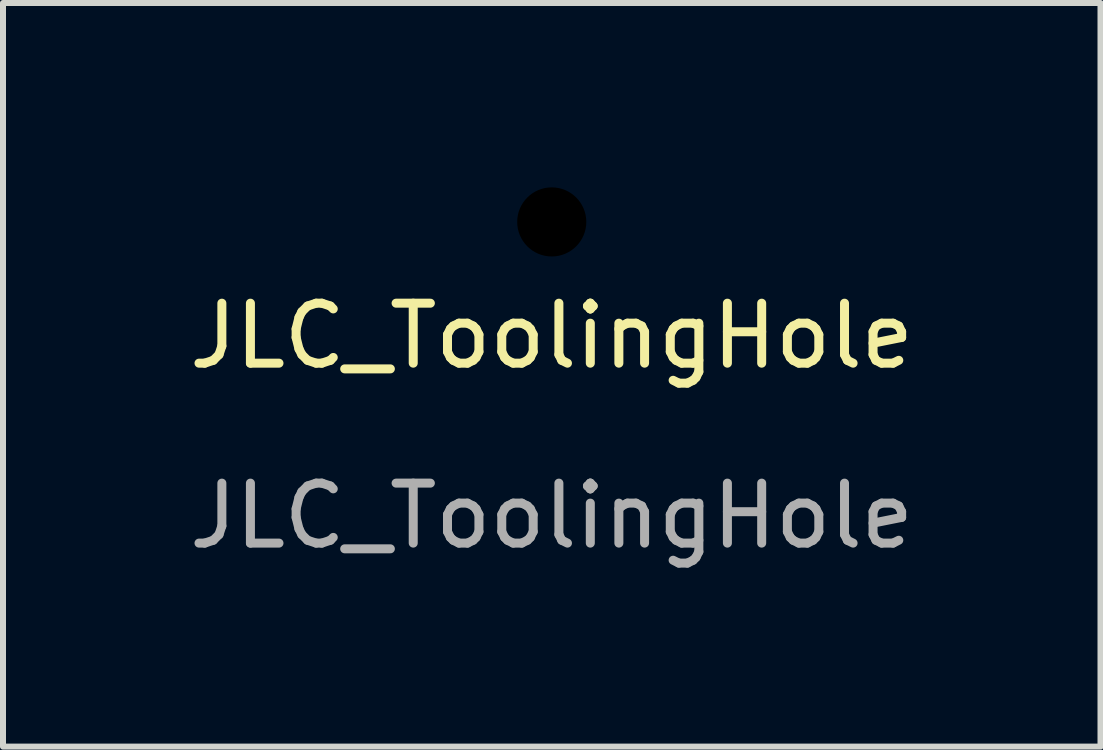
<source format=kicad_pcb>
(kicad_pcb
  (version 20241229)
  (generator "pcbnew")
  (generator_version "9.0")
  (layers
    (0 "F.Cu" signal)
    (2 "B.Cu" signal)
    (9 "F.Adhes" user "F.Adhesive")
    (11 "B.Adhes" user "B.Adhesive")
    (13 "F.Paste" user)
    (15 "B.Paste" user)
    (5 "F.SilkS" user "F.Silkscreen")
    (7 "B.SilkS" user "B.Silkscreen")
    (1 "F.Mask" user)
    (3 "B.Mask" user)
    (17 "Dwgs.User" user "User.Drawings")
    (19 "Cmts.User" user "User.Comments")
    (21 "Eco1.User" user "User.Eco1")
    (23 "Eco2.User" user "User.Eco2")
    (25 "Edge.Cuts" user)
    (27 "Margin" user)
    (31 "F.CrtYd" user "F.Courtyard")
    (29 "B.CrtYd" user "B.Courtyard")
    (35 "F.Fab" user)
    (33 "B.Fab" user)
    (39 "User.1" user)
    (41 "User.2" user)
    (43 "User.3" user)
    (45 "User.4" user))
  (footprint "JLC_ToolingHole"
    (layer "F.Cu")
    (at 6.149 0.65)
    (property "Reference" "JLC_ToolingHole" (at 0 1.9 0) (unlocked yes) (layer "F.SilkS") (effects (font (size 1 1) (thickness 0.15))))
    (attr smd)
    (fp_text user "${REFERENCE}" (at 0 4.9 0) (unlocked yes) (layer "F.Fab") (effects (font (size 1 1) (thickness 0.15))))
    (pad "" np_thru_hole circle (at 0 0) (size 1.3 1.3) (drill 1.152) (layers "*.Mask")))
  (gr_rect
    (start -3 -3)
    (end 15.298 9.398)
    (stroke (width 0.1) (type default))
    (fill no)
    (layer "Edge.Cuts")))
</source>
